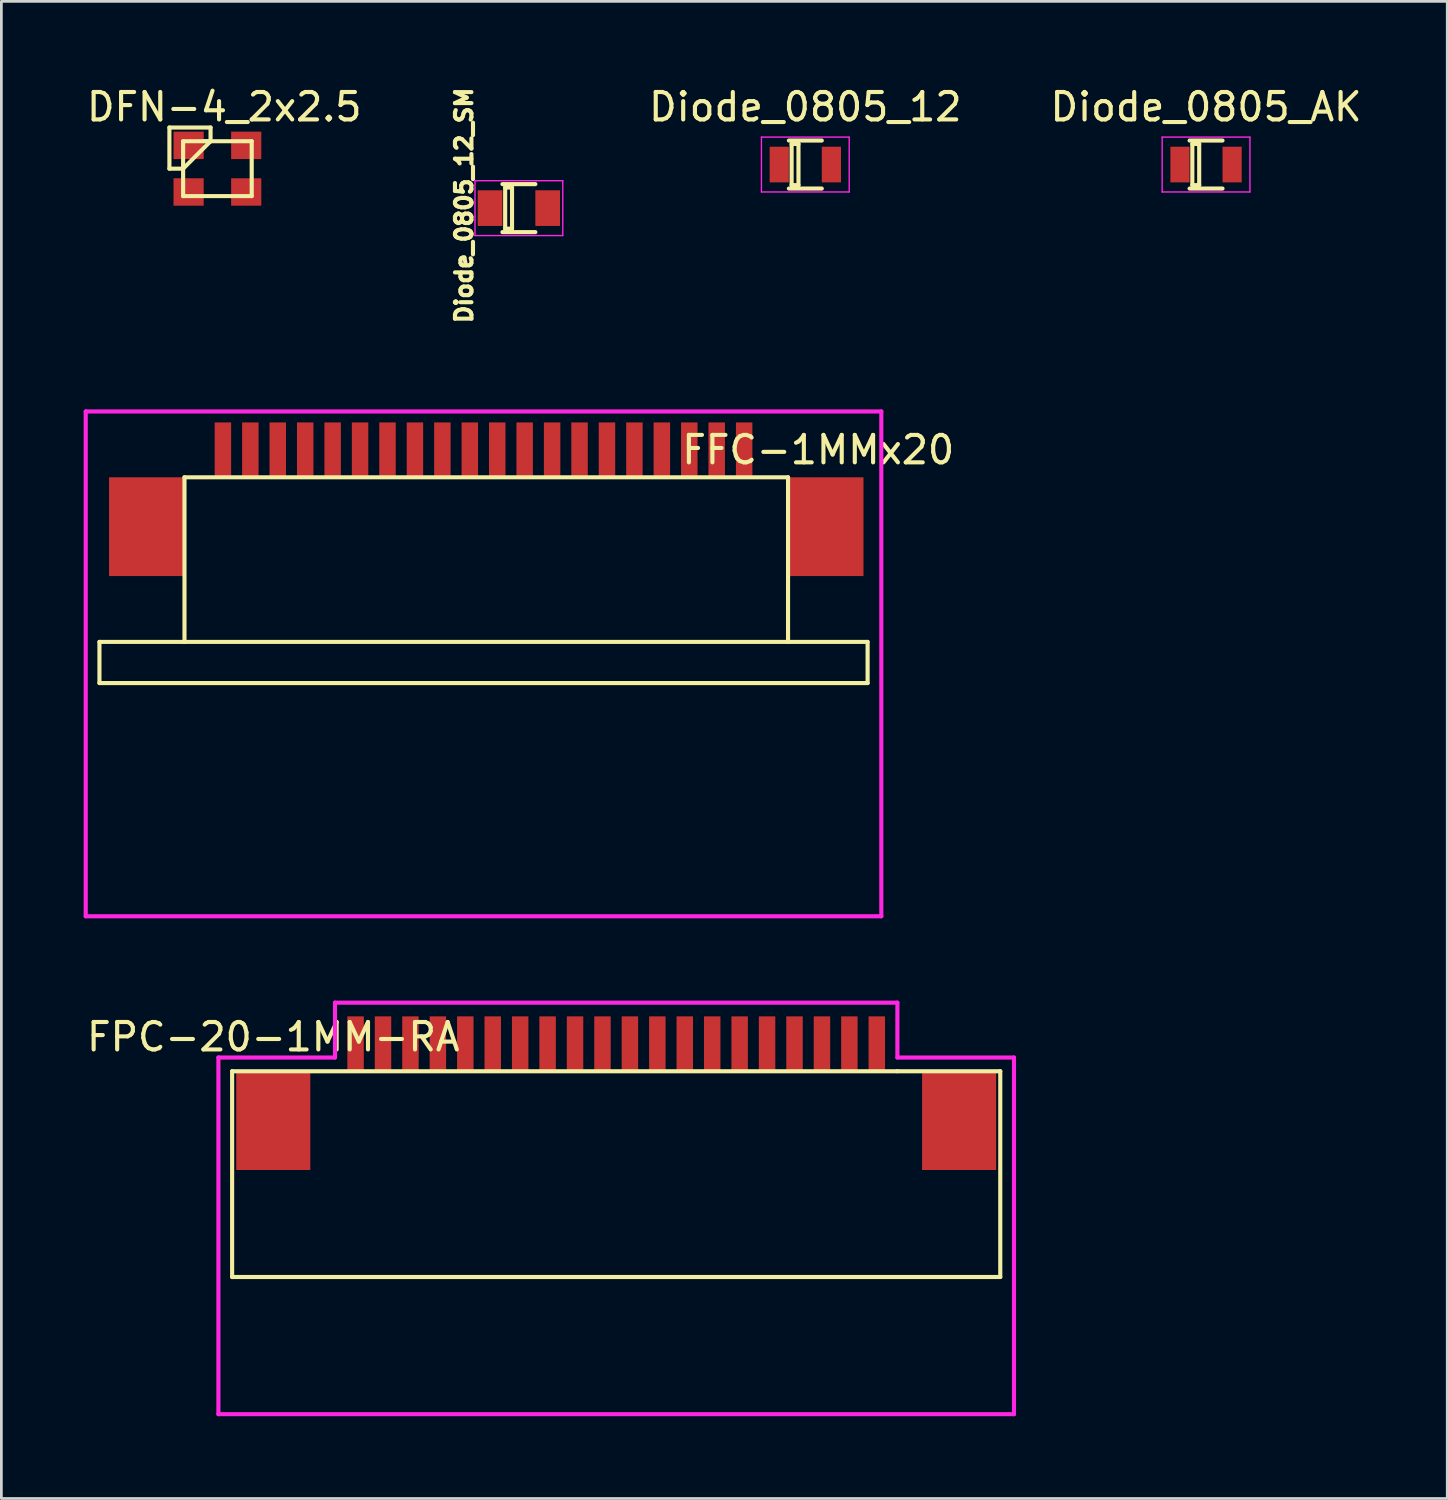
<source format=kicad_pcb>
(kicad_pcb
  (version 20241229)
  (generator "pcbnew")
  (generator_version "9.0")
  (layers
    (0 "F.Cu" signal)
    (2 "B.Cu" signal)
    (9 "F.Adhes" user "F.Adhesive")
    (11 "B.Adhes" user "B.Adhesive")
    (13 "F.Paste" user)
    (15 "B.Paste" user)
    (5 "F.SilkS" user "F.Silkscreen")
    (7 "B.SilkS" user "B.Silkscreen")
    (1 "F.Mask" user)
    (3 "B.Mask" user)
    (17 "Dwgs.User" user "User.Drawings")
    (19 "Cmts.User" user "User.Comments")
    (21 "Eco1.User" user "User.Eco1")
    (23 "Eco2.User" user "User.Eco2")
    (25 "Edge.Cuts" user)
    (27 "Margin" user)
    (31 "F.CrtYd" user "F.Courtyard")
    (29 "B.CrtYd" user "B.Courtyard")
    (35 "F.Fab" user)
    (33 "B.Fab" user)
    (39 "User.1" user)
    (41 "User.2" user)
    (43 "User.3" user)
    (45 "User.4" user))
  (footprint "Diode_0805_12"
    (layer "F.Cu")
    (at 26.305 2.948)
    (property "Reference" "Diode_0805_12" (at 0 -2.1 0) (layer "F.SilkS") (effects (font (size 1 1) (thickness 0.15))))
    (attr smd)
    (fp_line (start -0.6 -0.875) (end 0.6 -0.875) (stroke (width 0.15) (type solid)) (layer "F.SilkS"))
    (fp_line (start -0.5 -0.75) (end -0.5 0.75) (stroke (width 0.15) (type solid)) (layer "F.SilkS"))
    (fp_line (start -0.5 0.75) (end -0.25 0.75) (stroke (width 0.15) (type solid)) (layer "F.SilkS"))
    (fp_line (start -0.25 -0.75) (end -0.5 -0.75) (stroke (width 0.15) (type solid)) (layer "F.SilkS"))
    (fp_line (start -0.25 0.75) (end -0.25 -0.75) (stroke (width 0.15) (type solid)) (layer "F.SilkS"))
    (fp_line (start 0.6 0.875) (end -0.6 0.875) (stroke (width 0.15) (type solid)) (layer "F.SilkS"))
    (fp_line (start -1.6 -1) (end -1.6 1) (stroke (width 0.05) (type solid)) (layer "F.CrtYd"))
    (fp_line (start -1.6 -1) (end 1.6 -1) (stroke (width 0.05) (type solid)) (layer "F.CrtYd"))
    (fp_line (start -1.6 1) (end 1.6 1) (stroke (width 0.05) (type solid)) (layer "F.CrtYd"))
    (fp_line (start 1.6 -1) (end 1.6 1) (stroke (width 0.05) (type solid)) (layer "F.CrtYd"))
    (pad "1" smd rect (at -0.95 0) (size 0.7 1.3) (layers "F.Cu" "F.Mask" "F.Paste"))
    (pad "2" smd rect (at 0.95 0) (size 0.7 1.3) (layers "F.Cu" "F.Mask" "F.Paste")))
  (footprint "DFN-4_2x2.5"
    (layer "F.Cu")
    (at 4.875 3.098)
    (property "Reference" "DFN-4_2x2.5" (at 0.25 -2.25 0) (layer "F.SilkS") (effects (font (size 1 1) (thickness 0.15))))
    (attr through_hole)
    (fp_line (start -1.75 -1.5) (end -1.75 0) (stroke (width 0.15) (type solid)) (layer "F.SilkS"))
    (fp_line (start -1.75 0) (end -1.25 0) (stroke (width 0.15) (type solid)) (layer "F.SilkS"))
    (fp_line (start -1.25 -1) (end 1.25 -1) (stroke (width 0.15) (type solid)) (layer "F.SilkS"))
    (fp_line (start -1.25 0) (end -0.25 -1) (stroke (width 0.15) (type solid)) (layer "F.SilkS"))
    (fp_line (start -1.25 1) (end -1.25 -1) (stroke (width 0.15) (type solid)) (layer "F.SilkS"))
    (fp_line (start -0.5 -1) (end -0.25 -1) (stroke (width 0.15) (type solid)) (layer "F.SilkS"))
    (fp_line (start -0.25 -1.5) (end -1.75 -1.5) (stroke (width 0.15) (type solid)) (layer "F.SilkS"))
    (fp_line (start -0.25 -1) (end -0.25 -1.5) (stroke (width 0.15) (type solid)) (layer "F.SilkS"))
    (fp_line (start 1.25 -1) (end 1.25 1) (stroke (width 0.15) (type solid)) (layer "F.SilkS"))
    (fp_line (start 1.25 1) (end -1.25 1) (stroke (width 0.15) (type solid)) (layer "F.SilkS"))
    (pad "1" smd rect (at -1.05 -0.85) (size 1.1 1) (layers "F.Cu" "F.Mask" "F.Paste"))
    (pad "2" smd rect (at -1.05 0.85) (size 1.1 1) (layers "F.Cu" "F.Mask" "F.Paste"))
    (pad "3" smd rect (at 1.05 0.85) (size 1.1 1) (layers "F.Cu" "F.Mask" "F.Paste"))
    (pad "4" smd rect (at 1.05 -0.85) (size 1.1 1) (layers "F.Cu" "F.Mask" "F.Paste")))
  (footprint "FFC-1MMx20"
    (layer "F.Cu")
    (at 14.575 18.848)
    (property "Reference" "FFC-1MMx20" (at 12.2 -5.5 0) (layer "F.SilkS") (effects (font (size 1 1) (thickness 0.15))))
    (attr through_hole)
    (fp_line (start -14 1.5) (end -10.9 1.5) (stroke (width 0.15) (type solid)) (layer "F.SilkS"))
    (fp_line (start -14 3) (end -14 1.5) (stroke (width 0.15) (type solid)) (layer "F.SilkS"))
    (fp_line (start -14 3) (end 14 3) (stroke (width 0.15) (type solid)) (layer "F.SilkS"))
    (fp_line (start -10.9 -4.5) (end 11.1 -4.5) (stroke (width 0.15) (type solid)) (layer "F.SilkS"))
    (fp_line (start -10.9 1.5) (end -10.9 -4.5) (stroke (width 0.15) (type solid)) (layer "F.SilkS"))
    (fp_line (start -10.9 1.5) (end 14 1.5) (stroke (width 0.15) (type solid)) (layer "F.SilkS"))
    (fp_line (start 11.1 -4.5) (end 11.1 -0.9) (stroke (width 0.15) (type solid)) (layer "F.SilkS"))
    (fp_line (start 11.1 -0.9) (end 11.1 1.5) (stroke (width 0.15) (type solid)) (layer "F.SilkS"))
    (fp_line (start 14 1.5) (end 14 3) (stroke (width 0.15) (type solid)) (layer "F.SilkS"))
    (fp_line (start -14.5 -6.9) (end -14.5 11.5) (stroke (width 0.15) (type solid)) (layer "F.CrtYd"))
    (fp_line (start -14.5 -6.9) (end 14.5 -6.9) (stroke (width 0.15) (type solid)) (layer "F.CrtYd"))
    (fp_line (start 14.5 11.5) (end -14.5 11.5) (stroke (width 0.15) (type solid)) (layer "F.CrtYd"))
    (fp_line (start 14.5 11.5) (end 14.5 -6.9) (stroke (width 0.15) (type solid)) (layer "F.CrtYd"))
    (pad "1" smd rect (at -9.5 -5.5) (size 0.6 2) (layers "F.Cu" "F.Mask" "F.Paste"))
    (pad "2" smd rect (at -8.5 -5.5) (size 0.6 2) (layers "F.Cu" "F.Mask" "F.Paste"))
    (pad "3" smd rect (at -7.5 -5.5) (size 0.6 2) (layers "F.Cu" "F.Mask" "F.Paste"))
    (pad "4" smd rect (at -6.5 -5.5) (size 0.6 2) (layers "F.Cu" "F.Mask" "F.Paste"))
    (pad "5" smd rect (at -5.5 -5.5) (size 0.6 2) (layers "F.Cu" "F.Mask" "F.Paste"))
    (pad "6" smd rect (at -4.5 -5.5) (size 0.6 2) (layers "F.Cu" "F.Mask" "F.Paste"))
    (pad "7" smd rect (at -3.5 -5.5) (size 0.6 2) (layers "F.Cu" "F.Mask" "F.Paste"))
    (pad "8" smd rect (at -2.5 -5.5) (size 0.6 2) (layers "F.Cu" "F.Mask" "F.Paste"))
    (pad "9" smd rect (at -1.5 -5.5) (size 0.6 2) (layers "F.Cu" "F.Mask" "F.Paste"))
    (pad "10" smd rect (at -0.5 -5.5) (size 0.6 2) (layers "F.Cu" "F.Mask" "F.Paste"))
    (pad "11" smd rect (at 0.5 -5.5) (size 0.6 2) (layers "F.Cu" "F.Mask" "F.Paste"))
    (pad "12" smd rect (at 1.5 -5.5) (size 0.6 2) (layers "F.Cu" "F.Mask" "F.Paste"))
    (pad "13" smd rect (at 2.5 -5.5) (size 0.6 2) (layers "F.Cu" "F.Mask" "F.Paste"))
    (pad "14" smd rect (at 3.5 -5.5) (size 0.6 2) (layers "F.Cu" "F.Mask" "F.Paste"))
    (pad "15" smd rect (at 4.5 -5.5) (size 0.6 2) (layers "F.Cu" "F.Mask" "F.Paste"))
    (pad "16" smd rect (at 5.5 -5.5) (size 0.6 2) (layers "F.Cu" "F.Mask" "F.Paste"))
    (pad "17" smd rect (at 6.5 -5.5) (size 0.6 2) (layers "F.Cu" "F.Mask" "F.Paste"))
    (pad "18" smd rect (at 7.5 -5.5) (size 0.6 2) (layers "F.Cu" "F.Mask" "F.Paste"))
    (pad "19" smd rect (at 8.5 -5.5) (size 0.6 2) (layers "F.Cu" "F.Mask" "F.Paste"))
    (pad "20" smd rect (at 9.5 -5.5) (size 0.6 2) (layers "F.Cu" "F.Mask" "F.Paste"))
    (pad "M" smd rect (at -12.3 -2.7) (size 2.7 3.6) (layers "F.Cu" "F.Mask" "F.Paste"))
    (pad "M" smd rect (at 12.5 -2.7) (size 2.7 3.6) (layers "F.Cu" "F.Mask" "F.Paste")))
  (footprint "Diode_0805_12_SM"
    (layer "F.Cu")
    (at 15.864 4.536)
    (property "Reference" "Diode_0805_12_SM" (at -2 -0.1 90) (layer "F.SilkS") (effects (font (size 0.6 0.6) (thickness 0.15))))
    (attr smd)
    (fp_line (start -0.6 -0.875) (end 0.6 -0.875) (stroke (width 0.15) (type solid)) (layer "F.SilkS"))
    (fp_line (start -0.5 -0.75) (end -0.5 0.75) (stroke (width 0.15) (type solid)) (layer "F.SilkS"))
    (fp_line (start -0.5 0.75) (end -0.25 0.75) (stroke (width 0.15) (type solid)) (layer "F.SilkS"))
    (fp_line (start -0.25 -0.75) (end -0.5 -0.75) (stroke (width 0.15) (type solid)) (layer "F.SilkS"))
    (fp_line (start -0.25 0.75) (end -0.25 -0.75) (stroke (width 0.15) (type solid)) (layer "F.SilkS"))
    (fp_line (start 0.6 0.875) (end -0.6 0.875) (stroke (width 0.15) (type solid)) (layer "F.SilkS"))
    (fp_line (start -1.6 -1) (end -1.6 1) (stroke (width 0.05) (type solid)) (layer "F.CrtYd"))
    (fp_line (start -1.6 -1) (end 1.6 -1) (stroke (width 0.05) (type solid)) (layer "F.CrtYd"))
    (fp_line (start -1.6 1) (end 1.6 1) (stroke (width 0.05) (type solid)) (layer "F.CrtYd"))
    (fp_line (start 1.6 -1) (end 1.6 1) (stroke (width 0.05) (type solid)) (layer "F.CrtYd"))
    (pad "1" smd rect (at -1.05 0) (size 0.9 1.3) (layers "F.Cu" "F.Mask" "F.Paste"))
    (pad "2" smd rect (at 1.05 0) (size 0.9 1.3) (layers "F.Cu" "F.Mask" "F.Paste")))
  (footprint "Diode_0805_AK"
    (layer "F.Cu")
    (at 40.912 2.948)
    (property "Reference" "Diode_0805_AK" (at 0 -2.1 0) (layer "F.SilkS") (effects (font (size 1 1) (thickness 0.15))))
    (attr smd)
    (fp_line (start -0.6 -0.875) (end 0.6 -0.875) (stroke (width 0.15) (type solid)) (layer "F.SilkS"))
    (fp_line (start -0.5 -0.75) (end -0.5 0.75) (stroke (width 0.15) (type solid)) (layer "F.SilkS"))
    (fp_line (start -0.5 0.75) (end -0.25 0.75) (stroke (width 0.15) (type solid)) (layer "F.SilkS"))
    (fp_line (start -0.25 -0.75) (end -0.5 -0.75) (stroke (width 0.15) (type solid)) (layer "F.SilkS"))
    (fp_line (start -0.25 0.75) (end -0.25 -0.75) (stroke (width 0.15) (type solid)) (layer "F.SilkS"))
    (fp_line (start 0.6 0.875) (end -0.6 0.875) (stroke (width 0.15) (type solid)) (layer "F.SilkS"))
    (fp_line (start -1.6 -1) (end -1.6 1) (stroke (width 0.05) (type solid)) (layer "F.CrtYd"))
    (fp_line (start -1.6 -1) (end 1.6 -1) (stroke (width 0.05) (type solid)) (layer "F.CrtYd"))
    (fp_line (start -1.6 1) (end 1.6 1) (stroke (width 0.05) (type solid)) (layer "F.CrtYd"))
    (fp_line (start 1.6 -1) (end 1.6 1) (stroke (width 0.05) (type solid)) (layer "F.CrtYd"))
    (pad "A" smd rect (at 0.95 0) (size 0.7 1.3) (layers "F.Cu" "F.Mask" "F.Paste"))
    (pad "K" smd rect (at -0.95 0) (size 0.7 1.3) (layers "F.Cu" "F.Mask" "F.Paste")))
  (footprint "FPC-20-1MM-RA"
    (layer "F.Cu")
    (at 19.411 35.998)
    (property "Reference" "FPC-20-1MM-RA" (at -12.5 -1.25 0) (layer "F.SilkS") (effects (font (size 1 1) (thickness 0.15))))
    (attr through_hole)
    (fp_line (start -14 0) (end -14 7.5) (stroke (width 0.15) (type solid)) (layer "F.SilkS"))
    (fp_line (start -14 7.5) (end 14 7.5) (stroke (width 0.15) (type solid)) (layer "F.SilkS"))
    (fp_line (start 10.25 0) (end -14 0) (stroke (width 0.15) (type solid)) (layer "F.SilkS"))
    (fp_line (start 14 0) (end 10.25 0) (stroke (width 0.15) (type solid)) (layer "F.SilkS"))
    (fp_line (start 14 7.5) (end 14 0) (stroke (width 0.15) (type solid)) (layer "F.SilkS"))
    (fp_line (start -14.5 -0.5) (end -14.5 12.5) (stroke (width 0.15) (type solid)) (layer "F.CrtYd"))
    (fp_line (start -10.25 -2.5) (end -10.25 -0.5) (stroke (width 0.15) (type solid)) (layer "F.CrtYd"))
    (fp_line (start -10.25 -0.5) (end -14.5 -0.5) (stroke (width 0.15) (type solid)) (layer "F.CrtYd"))
    (fp_line (start 10.25 -2.5) (end -10.25 -2.5) (stroke (width 0.15) (type solid)) (layer "F.CrtYd"))
    (fp_line (start 10.25 -0.5) (end 10.25 -2.5) (stroke (width 0.15) (type solid)) (layer "F.CrtYd"))
    (fp_line (start 14.5 -0.5) (end 10.25 -0.5) (stroke (width 0.15) (type solid)) (layer "F.CrtYd"))
    (fp_line (start 14.5 -0.5) (end 14.5 12.5) (stroke (width 0.15) (type solid)) (layer "F.CrtYd"))
    (fp_line (start 14.5 12.5) (end -14.5 12.5) (stroke (width 0.15) (type solid)) (layer "F.CrtYd"))
    (pad "1" smd rect (at -9.5 -1) (size 0.6 2) (layers "F.Cu" "F.Mask" "F.Paste"))
    (pad "2" smd rect (at -8.5 -1) (size 0.6 2) (layers "F.Cu" "F.Mask" "F.Paste"))
    (pad "3" smd rect (at -7.5 -1) (size 0.6 2) (layers "F.Cu" "F.Mask" "F.Paste"))
    (pad "4" smd rect (at -6.5 -1) (size 0.6 2) (layers "F.Cu" "F.Mask" "F.Paste"))
    (pad "5" smd rect (at -5.5 -1) (size 0.6 2) (layers "F.Cu" "F.Mask" "F.Paste"))
    (pad "6" smd rect (at -4.5 -1) (size 0.6 2) (layers "F.Cu" "F.Mask" "F.Paste"))
    (pad "7" smd rect (at -3.5 -1) (size 0.6 2) (layers "F.Cu" "F.Mask" "F.Paste"))
    (pad "8" smd rect (at -2.5 -1) (size 0.6 2) (layers "F.Cu" "F.Mask" "F.Paste"))
    (pad "9" smd rect (at -1.5 -1) (size 0.6 2) (layers "F.Cu" "F.Mask" "F.Paste"))
    (pad "10" smd rect (at -0.5 -1) (size 0.6 2) (layers "F.Cu" "F.Mask" "F.Paste"))
    (pad "11" smd rect (at 0.5 -1) (size 0.6 2) (layers "F.Cu" "F.Mask" "F.Paste"))
    (pad "12" smd rect (at 1.5 -1) (size 0.6 2) (layers "F.Cu" "F.Mask" "F.Paste"))
    (pad "13" smd rect (at 2.5 -1) (size 0.6 2) (layers "F.Cu" "F.Mask" "F.Paste"))
    (pad "14" smd rect (at 3.5 -1) (size 0.6 2) (layers "F.Cu" "F.Mask" "F.Paste"))
    (pad "15" smd rect (at 4.5 -1) (size 0.6 2) (layers "F.Cu" "F.Mask" "F.Paste"))
    (pad "16" smd rect (at 5.5 -1) (size 0.6 2) (layers "F.Cu" "F.Mask" "F.Paste"))
    (pad "17" smd rect (at 6.5 -1) (size 0.6 2) (layers "F.Cu" "F.Mask" "F.Paste"))
    (pad "18" smd rect (at 7.5 -1) (size 0.6 2) (layers "F.Cu" "F.Mask" "F.Paste"))
    (pad "19" smd rect (at 8.5 -1) (size 0.6 2) (layers "F.Cu" "F.Mask" "F.Paste"))
    (pad "20" smd rect (at 9.5 -1) (size 0.6 2) (layers "F.Cu" "F.Mask" "F.Paste"))
    (pad "M" smd rect (at -12.5 1.8) (size 2.7 3.6) (layers "F.Cu" "F.Mask" "F.Paste"))
    (pad "M" smd rect (at 12.5 1.8) (size 2.7 3.6) (layers "F.Cu" "F.Mask" "F.Paste")))
  (gr_rect
    (start -3 -3)
    (end 49.704 51.573)
    (stroke (width 0.1) (type default))
    (fill no)
    (layer "Edge.Cuts")))
</source>
